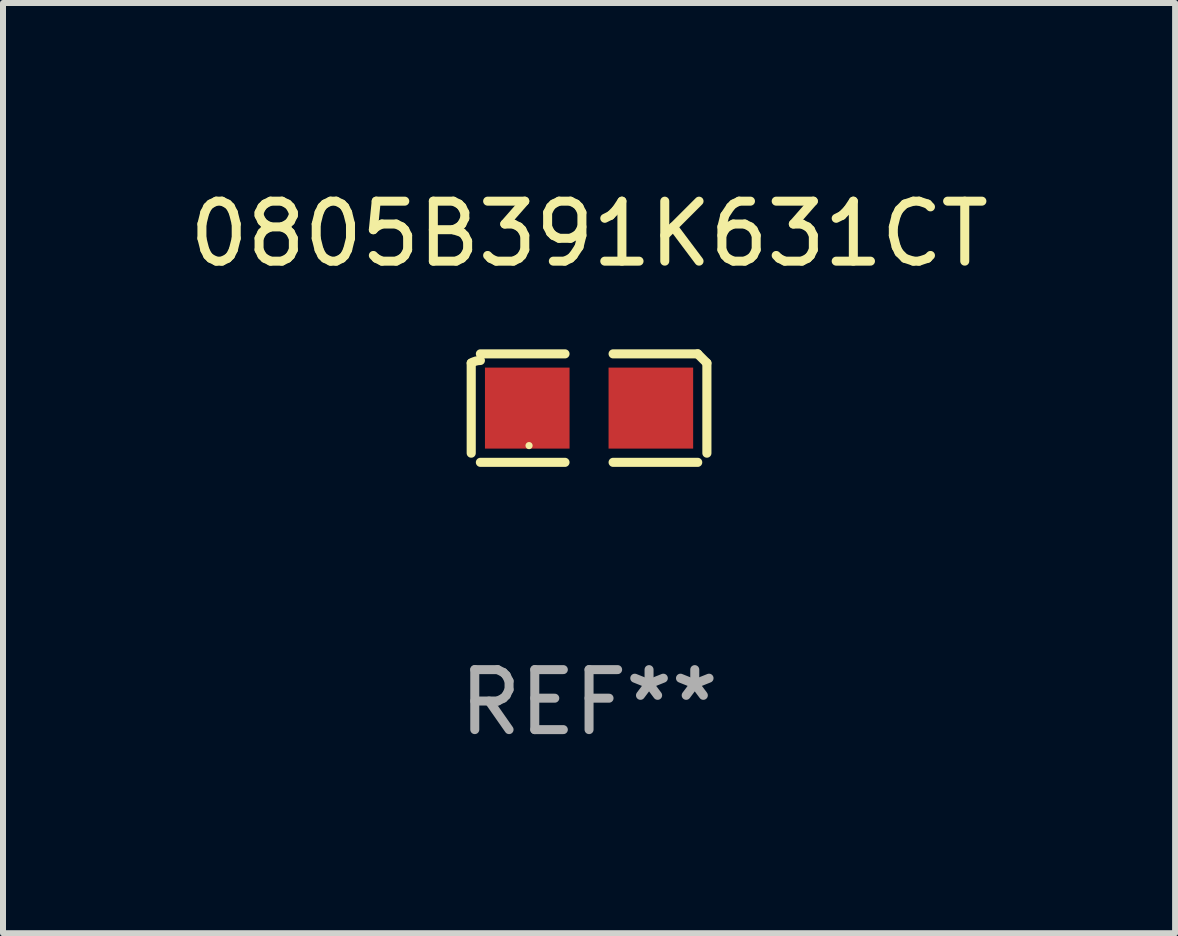
<source format=kicad_pcb>
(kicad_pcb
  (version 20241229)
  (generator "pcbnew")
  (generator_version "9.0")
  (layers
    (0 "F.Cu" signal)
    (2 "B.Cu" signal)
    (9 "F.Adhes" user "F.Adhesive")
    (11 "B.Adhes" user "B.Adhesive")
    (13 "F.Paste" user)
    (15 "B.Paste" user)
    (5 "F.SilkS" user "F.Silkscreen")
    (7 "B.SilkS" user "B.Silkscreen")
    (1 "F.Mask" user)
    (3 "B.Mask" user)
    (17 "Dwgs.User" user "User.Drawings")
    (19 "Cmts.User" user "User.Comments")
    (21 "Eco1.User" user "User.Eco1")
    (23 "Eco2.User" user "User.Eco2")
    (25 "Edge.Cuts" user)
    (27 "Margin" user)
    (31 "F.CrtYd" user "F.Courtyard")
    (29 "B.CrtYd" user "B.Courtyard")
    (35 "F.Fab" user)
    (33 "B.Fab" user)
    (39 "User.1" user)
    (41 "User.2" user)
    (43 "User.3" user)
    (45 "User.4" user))
  (footprint "0805B391K631CT"
    (layer "F.Cu")
    (at 6.768 3.752)
    (property "Reference" "0805B391K631CT" (at 0 -2.904 0) (layer "F.SilkS") (effects (font (size 1 1) (thickness 0.15))))
    (attr through_hole)
    (fp_line (start -1.964 0.751) (end -1.964 -0.751) (stroke (width 0.152) (type solid)) (layer "F.SilkS"))
    (fp_line (start -1.811 -0.904) (end -0.401 -0.904) (stroke (width 0.152) (type solid)) (layer "F.SilkS"))
    (fp_line (start -0.401 0.904) (end -1.811 0.904) (stroke (width 0.152) (type solid)) (layer "F.SilkS"))
    (fp_line (start 0.401 0.904) (end 1.811 0.904) (stroke (width 0.152) (type solid)) (layer "F.SilkS"))
    (fp_line (start 1.811 -0.904) (end 0.401 -0.904) (stroke (width 0.152) (type solid)) (layer "F.SilkS"))
    (fp_line (start 1.964 0.751) (end 1.964 -0.751) (stroke (width 0.152) (type solid)) (layer "F.SilkS"))
    (fp_arc (start -1.963602 -0.751207) (mid -1.890354 -0.783131) (end -1.811201 -0.794044) (stroke (width 0.1524) (type solid)) (layer "F.SilkS"))
    (fp_arc (start 1.811202 -0.903607) (mid 1.887413 -0.827418) (end 1.963602 -0.751207) (stroke (width 0.1524) (type solid)) (layer "F.SilkS"))
    (fp_circle (center -1 0.625) (end -0.97 0.625) (stroke (width 0.06) (type solid)) (fill no) (layer "F.SilkS"))
    (fp_text user "REF**" (at 0 4.904 0) (layer "F.Fab") (effects (font (size 1 1) (thickness 0.15))))
    (pad "1" smd rect (at -1.03 0) (size 1.41 1.35) (layers "F.Cu" "F.Mask" "F.Paste"))
    (pad "2" smd rect (at 1.03 0) (size 1.41 1.35) (layers "F.Cu" "F.Mask" "F.Paste")))
  (gr_rect
    (start -3 -3)
    (end 16.536 12.504)
    (stroke (width 0.1) (type default))
    (fill no)
    (layer "Edge.Cuts")))
</source>
